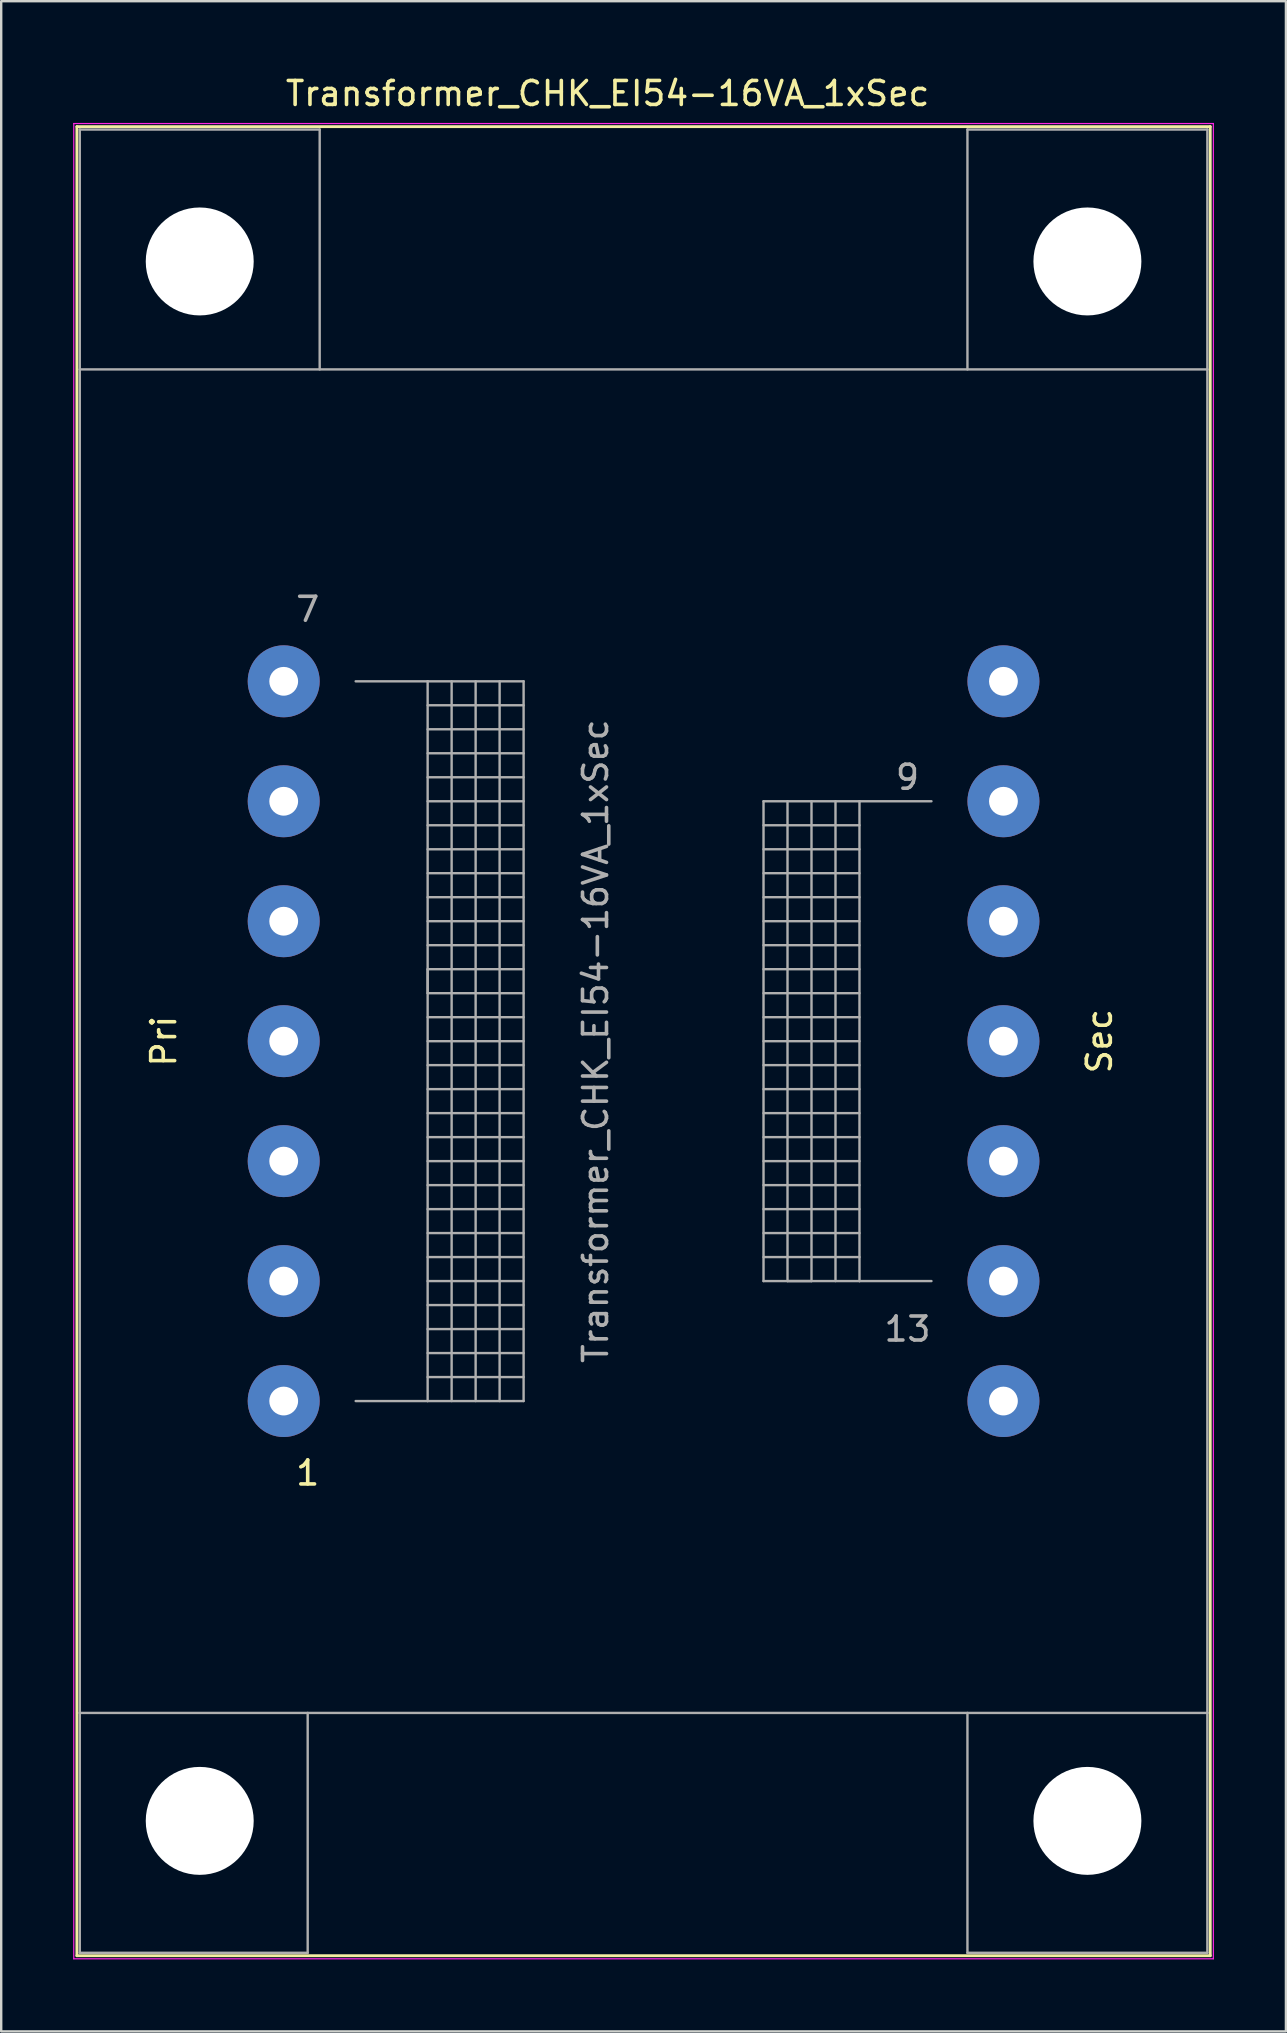
<source format=kicad_pcb>
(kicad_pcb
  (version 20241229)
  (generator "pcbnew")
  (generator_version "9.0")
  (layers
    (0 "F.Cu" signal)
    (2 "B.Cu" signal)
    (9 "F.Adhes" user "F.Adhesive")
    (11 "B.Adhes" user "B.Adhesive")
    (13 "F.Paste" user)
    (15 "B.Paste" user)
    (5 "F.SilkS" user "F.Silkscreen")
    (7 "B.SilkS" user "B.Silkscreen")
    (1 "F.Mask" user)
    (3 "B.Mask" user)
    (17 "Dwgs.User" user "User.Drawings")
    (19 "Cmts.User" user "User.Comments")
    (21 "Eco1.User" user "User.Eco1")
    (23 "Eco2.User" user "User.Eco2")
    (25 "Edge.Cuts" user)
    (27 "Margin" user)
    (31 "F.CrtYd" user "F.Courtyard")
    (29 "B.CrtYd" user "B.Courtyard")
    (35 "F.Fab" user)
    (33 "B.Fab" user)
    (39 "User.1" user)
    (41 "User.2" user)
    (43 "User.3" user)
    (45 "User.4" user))
  (footprint "Transformer_CHK_EI54-16VA_1xSec"
    (layer "F.Cu")
    (at 8.775 55.348)
    (property "Reference" "Transformer_CHK_EI54-16VA_1xSec" (at 13.5 -54.5 0) (layer "F.SilkS") (effects (font (size 1 1) (thickness 0.15))))
    (attr through_hole)
    (fp_line (start -8.62 -53.12) (end -8.62 23.12) (stroke (width 0.12) (type solid)) (layer "F.SilkS"))
    (fp_line (start -8.62 -53.12) (end 38.62 -53.12) (stroke (width 0.12) (type solid)) (layer "F.SilkS"))
    (fp_line (start 38.62 23.12) (end -8.62 23.12) (stroke (width 0.12) (type solid)) (layer "F.SilkS"))
    (fp_line (start 38.62 23.12) (end 38.62 -53.12) (stroke (width 0.12) (type solid)) (layer "F.SilkS"))
    (fp_line (start -8.75 -53.25) (end -8.75 23.25) (stroke (width 0.05) (type solid)) (layer "F.CrtYd"))
    (fp_line (start -8.75 -53.25) (end 38.75 -53.25) (stroke (width 0.05) (type solid)) (layer "F.CrtYd"))
    (fp_line (start 38.75 23.25) (end -8.75 23.25) (stroke (width 0.05) (type solid)) (layer "F.CrtYd"))
    (fp_line (start 38.75 23.25) (end 38.75 -53.25) (stroke (width 0.05) (type solid)) (layer "F.CrtYd"))
    (fp_line (start -8.5 -53) (end 1.5 -53) (stroke (width 0.1) (type solid)) (layer "F.Fab"))
    (fp_line (start -8.5 -43) (end -8.5 -53) (stroke (width 0.1) (type solid)) (layer "F.Fab"))
    (fp_line (start -8.5 -43) (end -8.5 13) (stroke (width 0.1) (type solid)) (layer "F.Fab"))
    (fp_line (start -8.5 13) (end -8.5 23) (stroke (width 0.1) (type solid)) (layer "F.Fab"))
    (fp_line (start -8.5 13) (end 38.5 13) (stroke (width 0.1) (type solid)) (layer "F.Fab"))
    (fp_line (start -8.5 23) (end 1 23) (stroke (width 0.1) (type solid)) (layer "F.Fab"))
    (fp_line (start 1 23) (end 1 13) (stroke (width 0.1) (type solid)) (layer "F.Fab"))
    (fp_line (start 1.5 -53) (end 1.5 -43) (stroke (width 0.1) (type solid)) (layer "F.Fab"))
    (fp_line (start 3 -30) (end 6 -30) (stroke (width 0.1) (type solid)) (layer "F.Fab"))
    (fp_line (start 6 -30) (end 6 0) (stroke (width 0.1) (type solid)) (layer "F.Fab"))
    (fp_line (start 6 -30) (end 10 -30) (stroke (width 0.1) (type solid)) (layer "F.Fab"))
    (fp_line (start 6 -29) (end 10 -29) (stroke (width 0.1) (type solid)) (layer "F.Fab"))
    (fp_line (start 6 -27) (end 10 -27) (stroke (width 0.1) (type solid)) (layer "F.Fab"))
    (fp_line (start 6 -25) (end 10 -25) (stroke (width 0.1) (type solid)) (layer "F.Fab"))
    (fp_line (start 6 -23) (end 10 -23) (stroke (width 0.1) (type solid)) (layer "F.Fab"))
    (fp_line (start 6 -21) (end 10 -21) (stroke (width 0.1) (type solid)) (layer "F.Fab"))
    (fp_line (start 6 -19) (end 10 -19) (stroke (width 0.1) (type solid)) (layer "F.Fab"))
    (fp_line (start 6 -18) (end 6 -17) (stroke (width 0.1) (type solid)) (layer "F.Fab"))
    (fp_line (start 6 -17) (end 10 -17) (stroke (width 0.1) (type solid)) (layer "F.Fab"))
    (fp_line (start 6 -15) (end 10 -15) (stroke (width 0.1) (type solid)) (layer "F.Fab"))
    (fp_line (start 6 -13) (end 10 -13) (stroke (width 0.1) (type solid)) (layer "F.Fab"))
    (fp_line (start 6 -11) (end 10 -11) (stroke (width 0.1) (type solid)) (layer "F.Fab"))
    (fp_line (start 6 -9) (end 10 -9) (stroke (width 0.1) (type solid)) (layer "F.Fab"))
    (fp_line (start 6 -7) (end 10 -7) (stroke (width 0.1) (type solid)) (layer "F.Fab"))
    (fp_line (start 6 -5) (end 10 -5) (stroke (width 0.1) (type solid)) (layer "F.Fab"))
    (fp_line (start 6 -3) (end 10 -3) (stroke (width 0.1) (type solid)) (layer "F.Fab"))
    (fp_line (start 6 -1) (end 10 -1) (stroke (width 0.1) (type solid)) (layer "F.Fab"))
    (fp_line (start 6 0) (end 3 0) (stroke (width 0.1) (type solid)) (layer "F.Fab"))
    (fp_line (start 7 0) (end 7 -30) (stroke (width 0.1) (type solid)) (layer "F.Fab"))
    (fp_line (start 8 -30) (end 8 0) (stroke (width 0.1) (type solid)) (layer "F.Fab"))
    (fp_line (start 9 0) (end 9 -30) (stroke (width 0.1) (type solid)) (layer "F.Fab"))
    (fp_line (start 10 -30) (end 10 0) (stroke (width 0.1) (type solid)) (layer "F.Fab"))
    (fp_line (start 10 -28) (end 6 -28) (stroke (width 0.1) (type solid)) (layer "F.Fab"))
    (fp_line (start 10 -26) (end 6 -26) (stroke (width 0.1) (type solid)) (layer "F.Fab"))
    (fp_line (start 10 -24) (end 6 -24) (stroke (width 0.1) (type solid)) (layer "F.Fab"))
    (fp_line (start 10 -22) (end 6 -22) (stroke (width 0.1) (type solid)) (layer "F.Fab"))
    (fp_line (start 10 -20) (end 6 -20) (stroke (width 0.1) (type solid)) (layer "F.Fab"))
    (fp_line (start 10 -18) (end 6 -18) (stroke (width 0.1) (type solid)) (layer "F.Fab"))
    (fp_line (start 10 -16) (end 6 -16) (stroke (width 0.1) (type solid)) (layer "F.Fab"))
    (fp_line (start 10 -14) (end 6 -14) (stroke (width 0.1) (type solid)) (layer "F.Fab"))
    (fp_line (start 10 -12) (end 6 -12) (stroke (width 0.1) (type solid)) (layer "F.Fab"))
    (fp_line (start 10 -10) (end 6 -10) (stroke (width 0.1) (type solid)) (layer "F.Fab"))
    (fp_line (start 10 -8) (end 6 -8) (stroke (width 0.1) (type solid)) (layer "F.Fab"))
    (fp_line (start 10 -6) (end 6 -6) (stroke (width 0.1) (type solid)) (layer "F.Fab"))
    (fp_line (start 10 -4) (end 6 -4) (stroke (width 0.1) (type solid)) (layer "F.Fab"))
    (fp_line (start 10 -2) (end 6 -2) (stroke (width 0.1) (type solid)) (layer "F.Fab"))
    (fp_line (start 10 0) (end 6 0) (stroke (width 0.1) (type solid)) (layer "F.Fab"))
    (fp_line (start 20 -25) (end 20 -5) (stroke (width 0.1) (type solid)) (layer "F.Fab"))
    (fp_line (start 20 -24) (end 24 -24) (stroke (width 0.1) (type solid)) (layer "F.Fab"))
    (fp_line (start 20 -22) (end 24 -22) (stroke (width 0.1) (type solid)) (layer "F.Fab"))
    (fp_line (start 20 -20) (end 24 -20) (stroke (width 0.1) (type solid)) (layer "F.Fab"))
    (fp_line (start 20 -18) (end 24 -18) (stroke (width 0.1) (type solid)) (layer "F.Fab"))
    (fp_line (start 20 -16) (end 24 -16) (stroke (width 0.1) (type solid)) (layer "F.Fab"))
    (fp_line (start 20 -14) (end 24 -14) (stroke (width 0.1) (type solid)) (layer "F.Fab"))
    (fp_line (start 20 -12) (end 24 -12) (stroke (width 0.1) (type solid)) (layer "F.Fab"))
    (fp_line (start 20 -10) (end 24 -10) (stroke (width 0.1) (type solid)) (layer "F.Fab"))
    (fp_line (start 20 -8) (end 24 -8) (stroke (width 0.1) (type solid)) (layer "F.Fab"))
    (fp_line (start 20 -6) (end 24 -6) (stroke (width 0.1) (type solid)) (layer "F.Fab"))
    (fp_line (start 20 -5) (end 24 -5) (stroke (width 0.1) (type solid)) (layer "F.Fab"))
    (fp_line (start 21 -5) (end 21 -25) (stroke (width 0.1) (type solid)) (layer "F.Fab"))
    (fp_line (start 22 -25) (end 22 -5) (stroke (width 0.1) (type solid)) (layer "F.Fab"))
    (fp_line (start 22 -5) (end 21 -5) (stroke (width 0.1) (type solid)) (layer "F.Fab"))
    (fp_line (start 23 -5) (end 23 -25) (stroke (width 0.1) (type solid)) (layer "F.Fab"))
    (fp_line (start 24 -25) (end 20 -25) (stroke (width 0.1) (type solid)) (layer "F.Fab"))
    (fp_line (start 24 -25) (end 24 -5) (stroke (width 0.1) (type solid)) (layer "F.Fab"))
    (fp_line (start 24 -23) (end 20 -23) (stroke (width 0.1) (type solid)) (layer "F.Fab"))
    (fp_line (start 24 -21) (end 20 -21) (stroke (width 0.1) (type solid)) (layer "F.Fab"))
    (fp_line (start 24 -19) (end 20 -19) (stroke (width 0.1) (type solid)) (layer "F.Fab"))
    (fp_line (start 24 -17) (end 20 -17) (stroke (width 0.1) (type solid)) (layer "F.Fab"))
    (fp_line (start 24 -15) (end 20 -15) (stroke (width 0.1) (type solid)) (layer "F.Fab"))
    (fp_line (start 24 -13) (end 20 -13) (stroke (width 0.1) (type solid)) (layer "F.Fab"))
    (fp_line (start 24 -11) (end 20 -11) (stroke (width 0.1) (type solid)) (layer "F.Fab"))
    (fp_line (start 24 -9) (end 20 -9) (stroke (width 0.1) (type solid)) (layer "F.Fab"))
    (fp_line (start 24 -7) (end 20 -7) (stroke (width 0.1) (type solid)) (layer "F.Fab"))
    (fp_line (start 24 -5) (end 27 -5) (stroke (width 0.1) (type solid)) (layer "F.Fab"))
    (fp_line (start 27 -25) (end 24 -25) (stroke (width 0.1) (type solid)) (layer "F.Fab"))
    (fp_line (start 28.5 -53) (end 28.5 -43) (stroke (width 0.1) (type solid)) (layer "F.Fab"))
    (fp_line (start 28.5 23) (end 28.5 13) (stroke (width 0.1) (type solid)) (layer "F.Fab"))
    (fp_line (start 38.5 -53) (end 28.5 -53) (stroke (width 0.1) (type solid)) (layer "F.Fab"))
    (fp_line (start 38.5 -43) (end -8.5 -43) (stroke (width 0.1) (type solid)) (layer "F.Fab"))
    (fp_line (start 38.5 -43) (end 38.5 -53) (stroke (width 0.1) (type solid)) (layer "F.Fab"))
    (fp_line (start 38.5 13) (end 38.5 -43) (stroke (width 0.1) (type solid)) (layer "F.Fab"))
    (fp_line (start 38.5 13) (end 38.5 23) (stroke (width 0.1) (type solid)) (layer "F.Fab"))
    (fp_line (start 38.5 23) (end 28.5 23) (stroke (width 0.1) (type solid)) (layer "F.Fab"))
    (fp_text user "Pri" (at -5 -15 90) (layer "F.SilkS") (effects (font (size 1 1) (thickness 0.15))))
    (fp_text user "Sec" (at 34 -15 90) (layer "F.SilkS") (effects (font (size 1 1) (thickness 0.15))))
    (fp_text user "1" (at 1 3 0) (layer "F.SilkS") (effects (font (size 1 1) (thickness 0.15))))
    (fp_text user "13" (at 26 -3 0) (layer "F.Fab") (effects (font (size 1 1) (thickness 0.15))))
    (fp_text user "7" (at 1 -33 0) (layer "F.Fab") (effects (font (size 1 1) (thickness 0.15))))
    (fp_text user "${REFERENCE}" (at 13 -15 90) (layer "F.Fab") (effects (font (size 1 1) (thickness 0.15))))
    (fp_text user "9" (at 26 -26 0) (layer "F.Fab") (effects (font (size 1 1) (thickness 0.15))))
    (pad "" np_thru_hole circle (at -3.5 -47.5) (size 4.5 4.5) (drill 4.5) (layers "*.Cu" "*.Mask"))
    (pad "" np_thru_hole circle (at -3.5 17.5) (size 4.5 4.5) (drill 4.5) (layers "*.Cu" "*.Mask"))
    (pad "" np_thru_hole circle (at 33.5 -47.5) (size 4.5 4.5) (drill 4.5) (layers "*.Cu" "*.Mask"))
    (pad "" np_thru_hole circle (at 33.5 17.5) (size 4.5 4.5) (drill 4.5) (layers "*.Cu" "*.Mask"))
    (pad "1" thru_hole circle (at 0 0) (size 3 3) (drill 1.2) (layers "*.Cu" "*.Mask"))
    (pad "2" thru_hole circle (at 0 -5) (size 3 3) (drill 1.2) (layers "*.Cu" "*.Mask"))
    (pad "3" thru_hole circle (at 0 -10) (size 3 3) (drill 1.2) (layers "*.Cu" "*.Mask"))
    (pad "4" thru_hole circle (at 0 -15) (size 3 3) (drill 1.2) (layers "*.Cu" "*.Mask"))
    (pad "5" thru_hole circle (at 0 -20) (size 3 3) (drill 1.2) (layers "*.Cu" "*.Mask"))
    (pad "6" thru_hole circle (at 0 -25) (size 3 3) (drill 1.2) (layers "*.Cu" "*.Mask"))
    (pad "7" thru_hole circle (at 0 -30) (size 3 3) (drill 1.2) (layers "*.Cu" "*.Mask"))
    (pad "8" thru_hole circle (at 30 -30) (size 3 3) (drill 1.2) (layers "*.Cu" "*.Mask"))
    (pad "9" thru_hole circle (at 30 -25) (size 3 3) (drill 1.2) (layers "*.Cu" "*.Mask"))
    (pad "10" thru_hole circle (at 30 -20) (size 3 3) (drill 1.2) (layers "*.Cu" "*.Mask"))
    (pad "11" thru_hole circle (at 30 -15) (size 3 3) (drill 1.2) (layers "*.Cu" "*.Mask"))
    (pad "12" thru_hole circle (at 30 -10) (size 3 3) (drill 1.2) (layers "*.Cu" "*.Mask"))
    (pad "13" thru_hole circle (at 30 -5) (size 3 3) (drill 1.2) (layers "*.Cu" "*.Mask"))
    (pad "14" thru_hole circle (at 30 0) (size 3 3) (drill 1.2) (layers "*.Cu" "*.Mask")))
  (gr_rect
    (start -3 -3)
    (end 50.55 81.623)
    (stroke (width 0.1) (type default))
    (fill no)
    (layer "Edge.Cuts")))
</source>
